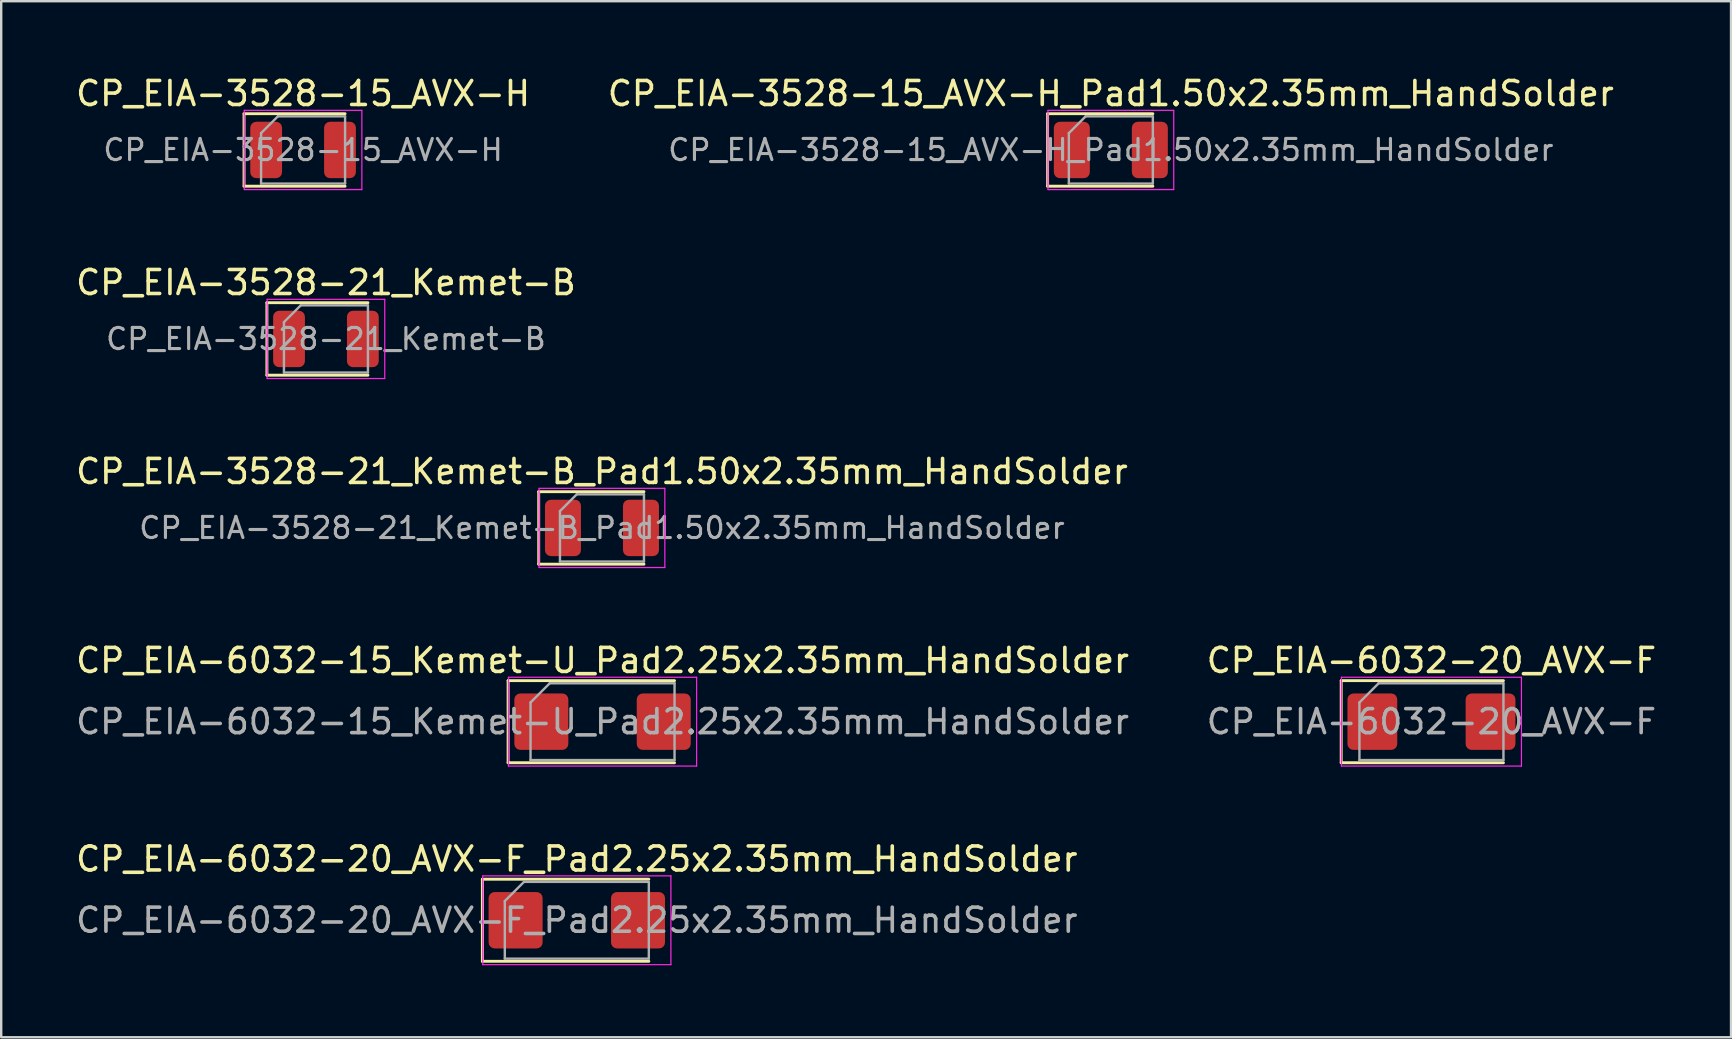
<source format=kicad_pcb>
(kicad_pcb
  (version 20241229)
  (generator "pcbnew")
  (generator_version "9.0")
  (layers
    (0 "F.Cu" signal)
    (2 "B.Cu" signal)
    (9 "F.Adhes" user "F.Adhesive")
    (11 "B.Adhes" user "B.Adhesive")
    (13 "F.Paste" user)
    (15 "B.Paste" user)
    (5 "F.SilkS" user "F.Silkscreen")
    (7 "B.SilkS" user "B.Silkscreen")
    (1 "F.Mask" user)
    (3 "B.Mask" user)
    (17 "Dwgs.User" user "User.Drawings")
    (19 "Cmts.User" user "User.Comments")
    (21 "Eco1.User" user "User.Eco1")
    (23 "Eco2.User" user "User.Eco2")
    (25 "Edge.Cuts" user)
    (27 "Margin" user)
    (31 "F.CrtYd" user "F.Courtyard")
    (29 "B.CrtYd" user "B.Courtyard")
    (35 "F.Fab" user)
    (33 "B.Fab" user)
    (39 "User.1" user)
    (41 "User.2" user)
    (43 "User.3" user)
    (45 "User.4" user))
  (footprint "CP_EIA-6032-20_AVX-F_Pad2.25x2.35mm_HandSolder"
    (layer "F.Cu")
    (at 20.982 35.291)
    (property "Reference" "CP_EIA-6032-20_AVX-F_Pad2.25x2.35mm_HandSolder" (at 0 -2.55 0) (layer "F.SilkS") (effects (font (size 1 1) (thickness 0.15))))
    (attr smd)
    (fp_line (start -3.935 -1.71) (end -3.935 1.71) (stroke (width 0.12) (type solid)) (layer "F.SilkS"))
    (fp_line (start -3.935 1.71) (end 3 1.71) (stroke (width 0.12) (type solid)) (layer "F.SilkS"))
    (fp_line (start 3 -1.71) (end -3.935 -1.71) (stroke (width 0.12) (type solid)) (layer "F.SilkS"))
    (fp_line (start -3.92 -1.85) (end 3.92 -1.85) (stroke (width 0.05) (type solid)) (layer "F.CrtYd"))
    (fp_line (start -3.92 1.85) (end -3.92 -1.85) (stroke (width 0.05) (type solid)) (layer "F.CrtYd"))
    (fp_line (start 3.92 -1.85) (end 3.92 1.85) (stroke (width 0.05) (type solid)) (layer "F.CrtYd"))
    (fp_line (start 3.92 1.85) (end -3.92 1.85) (stroke (width 0.05) (type solid)) (layer "F.CrtYd"))
    (fp_line (start -3 -0.8) (end -3 1.6) (stroke (width 0.1) (type solid)) (layer "F.Fab"))
    (fp_line (start -3 1.6) (end 3 1.6) (stroke (width 0.1) (type solid)) (layer "F.Fab"))
    (fp_line (start -2.2 -1.6) (end -3 -0.8) (stroke (width 0.1) (type solid)) (layer "F.Fab"))
    (fp_line (start 3 -1.6) (end -2.2 -1.6) (stroke (width 0.1) (type solid)) (layer "F.Fab"))
    (fp_line (start 3 1.6) (end 3 -1.6) (stroke (width 0.1) (type solid)) (layer "F.Fab"))
    (fp_text user "${REFERENCE}" (at 0 0 0) (layer "F.Fab") (effects (font (size 1 1) (thickness 0.15))))
    (pad "1" smd roundrect (at -2.55 0) (size 2.25 2.35) (layers "F.Cu" "F.Mask" "F.Paste") (roundrect_rratio 0.111))
    (pad "2" smd roundrect (at 2.55 0) (size 2.25 2.35) (layers "F.Cu" "F.Mask" "F.Paste") (roundrect_rratio 0.111)))
  (footprint "CP_EIA-6032-20_AVX-F"
    (layer "F.Cu")
    (at 56.589 27.018)
    (property "Reference" "CP_EIA-6032-20_AVX-F" (at 0 -2.55 0) (layer "F.SilkS") (effects (font (size 1 1) (thickness 0.15))))
    (attr smd)
    (fp_line (start -3.76 -1.71) (end -3.76 1.71) (stroke (width 0.12) (type solid)) (layer "F.SilkS"))
    (fp_line (start -3.76 1.71) (end 3 1.71) (stroke (width 0.12) (type solid)) (layer "F.SilkS"))
    (fp_line (start 3 -1.71) (end -3.76 -1.71) (stroke (width 0.12) (type solid)) (layer "F.SilkS"))
    (fp_line (start -3.75 -1.85) (end 3.75 -1.85) (stroke (width 0.05) (type solid)) (layer "F.CrtYd"))
    (fp_line (start -3.75 1.85) (end -3.75 -1.85) (stroke (width 0.05) (type solid)) (layer "F.CrtYd"))
    (fp_line (start 3.75 -1.85) (end 3.75 1.85) (stroke (width 0.05) (type solid)) (layer "F.CrtYd"))
    (fp_line (start 3.75 1.85) (end -3.75 1.85) (stroke (width 0.05) (type solid)) (layer "F.CrtYd"))
    (fp_line (start -3 -0.8) (end -3 1.6) (stroke (width 0.1) (type solid)) (layer "F.Fab"))
    (fp_line (start -3 1.6) (end 3 1.6) (stroke (width 0.1) (type solid)) (layer "F.Fab"))
    (fp_line (start -2.2 -1.6) (end -3 -0.8) (stroke (width 0.1) (type solid)) (layer "F.Fab"))
    (fp_line (start 3 -1.6) (end -2.2 -1.6) (stroke (width 0.1) (type solid)) (layer "F.Fab"))
    (fp_line (start 3 1.6) (end 3 -1.6) (stroke (width 0.1) (type solid)) (layer "F.Fab"))
    (fp_text user "${REFERENCE}" (at 0 0 0) (layer "F.Fab") (effects (font (size 1 1) (thickness 0.15))))
    (pad "1" smd roundrect (at -2.462 0) (size 2.075 2.35) (layers "F.Cu" "F.Mask" "F.Paste") (roundrect_rratio 0.12))
    (pad "2" smd roundrect (at 2.462 0) (size 2.075 2.35) (layers "F.Cu" "F.Mask" "F.Paste") (roundrect_rratio 0.12)))
  (footprint "CP_EIA-3528-15_AVX-H"
    (layer "F.Cu")
    (at 9.577 3.198)
    (property "Reference" "CP_EIA-3528-15_AVX-H" (at 0 -2.35 0) (layer "F.SilkS") (effects (font (size 1 1) (thickness 0.15))))
    (attr smd)
    (fp_line (start -2.46 -1.51) (end -2.46 1.51) (stroke (width 0.12) (type solid)) (layer "F.SilkS"))
    (fp_line (start -2.46 1.51) (end 1.75 1.51) (stroke (width 0.12) (type solid)) (layer "F.SilkS"))
    (fp_line (start 1.75 -1.51) (end -2.46 -1.51) (stroke (width 0.12) (type solid)) (layer "F.SilkS"))
    (fp_line (start -2.45 -1.65) (end 2.45 -1.65) (stroke (width 0.05) (type solid)) (layer "F.CrtYd"))
    (fp_line (start -2.45 1.65) (end -2.45 -1.65) (stroke (width 0.05) (type solid)) (layer "F.CrtYd"))
    (fp_line (start 2.45 -1.65) (end 2.45 1.65) (stroke (width 0.05) (type solid)) (layer "F.CrtYd"))
    (fp_line (start 2.45 1.65) (end -2.45 1.65) (stroke (width 0.05) (type solid)) (layer "F.CrtYd"))
    (fp_line (start -1.75 -0.7) (end -1.75 1.4) (stroke (width 0.1) (type solid)) (layer "F.Fab"))
    (fp_line (start -1.75 1.4) (end 1.75 1.4) (stroke (width 0.1) (type solid)) (layer "F.Fab"))
    (fp_line (start -1.05 -1.4) (end -1.75 -0.7) (stroke (width 0.1) (type solid)) (layer "F.Fab"))
    (fp_line (start 1.75 -1.4) (end -1.05 -1.4) (stroke (width 0.1) (type solid)) (layer "F.Fab"))
    (fp_line (start 1.75 1.4) (end 1.75 -1.4) (stroke (width 0.1) (type solid)) (layer "F.Fab"))
    (fp_text user "${REFERENCE}" (at 0 0 0) (layer "F.Fab") (effects (font (size 0.88 0.88) (thickness 0.13))))
    (pad "1" smd roundrect (at -1.538 0) (size 1.325 2.35) (layers "F.Cu" "F.Mask" "F.Paste") (roundrect_rratio 0.189))
    (pad "2" smd roundrect (at 1.538 0) (size 1.325 2.35) (layers "F.Cu" "F.Mask" "F.Paste") (roundrect_rratio 0.189)))
  (footprint "CP_EIA-6032-15_Kemet-U_Pad2.25x2.35mm_HandSolder"
    (layer "F.Cu")
    (at 22.054 27.018)
    (property "Reference" "CP_EIA-6032-15_Kemet-U_Pad2.25x2.35mm_HandSolder" (at 0 -2.55 0) (layer "F.SilkS") (effects (font (size 1 1) (thickness 0.15))))
    (attr smd)
    (fp_line (start -3.935 -1.71) (end -3.935 1.71) (stroke (width 0.12) (type solid)) (layer "F.SilkS"))
    (fp_line (start -3.935 1.71) (end 3 1.71) (stroke (width 0.12) (type solid)) (layer "F.SilkS"))
    (fp_line (start 3 -1.71) (end -3.935 -1.71) (stroke (width 0.12) (type solid)) (layer "F.SilkS"))
    (fp_line (start -3.92 -1.85) (end 3.92 -1.85) (stroke (width 0.05) (type solid)) (layer "F.CrtYd"))
    (fp_line (start -3.92 1.85) (end -3.92 -1.85) (stroke (width 0.05) (type solid)) (layer "F.CrtYd"))
    (fp_line (start 3.92 -1.85) (end 3.92 1.85) (stroke (width 0.05) (type solid)) (layer "F.CrtYd"))
    (fp_line (start 3.92 1.85) (end -3.92 1.85) (stroke (width 0.05) (type solid)) (layer "F.CrtYd"))
    (fp_line (start -3 -0.8) (end -3 1.6) (stroke (width 0.1) (type solid)) (layer "F.Fab"))
    (fp_line (start -3 1.6) (end 3 1.6) (stroke (width 0.1) (type solid)) (layer "F.Fab"))
    (fp_line (start -2.2 -1.6) (end -3 -0.8) (stroke (width 0.1) (type solid)) (layer "F.Fab"))
    (fp_line (start 3 -1.6) (end -2.2 -1.6) (stroke (width 0.1) (type solid)) (layer "F.Fab"))
    (fp_line (start 3 1.6) (end 3 -1.6) (stroke (width 0.1) (type solid)) (layer "F.Fab"))
    (fp_text user "${REFERENCE}" (at 0 0 0) (layer "F.Fab") (effects (font (size 1 1) (thickness 0.15))))
    (pad "1" smd roundrect (at -2.55 0) (size 2.25 2.35) (layers "F.Cu" "F.Mask" "F.Paste") (roundrect_rratio 0.111))
    (pad "2" smd roundrect (at 2.55 0) (size 2.25 2.35) (layers "F.Cu" "F.Mask" "F.Paste") (roundrect_rratio 0.111)))
  (footprint "CP_EIA-3528-21_Kemet-B_Pad1.50x2.35mm_HandSolder"
    (layer "F.Cu")
    (at 22.03 18.945)
    (property "Reference" "CP_EIA-3528-21_Kemet-B_Pad1.50x2.35mm_HandSolder" (at 0 -2.35 0) (layer "F.SilkS") (effects (font (size 1 1) (thickness 0.15))))
    (attr smd)
    (fp_line (start -2.635 -1.51) (end -2.635 1.51) (stroke (width 0.12) (type solid)) (layer "F.SilkS"))
    (fp_line (start -2.635 1.51) (end 1.75 1.51) (stroke (width 0.12) (type solid)) (layer "F.SilkS"))
    (fp_line (start 1.75 -1.51) (end -2.635 -1.51) (stroke (width 0.12) (type solid)) (layer "F.SilkS"))
    (fp_line (start -2.62 -1.65) (end 2.62 -1.65) (stroke (width 0.05) (type solid)) (layer "F.CrtYd"))
    (fp_line (start -2.62 1.65) (end -2.62 -1.65) (stroke (width 0.05) (type solid)) (layer "F.CrtYd"))
    (fp_line (start 2.62 -1.65) (end 2.62 1.65) (stroke (width 0.05) (type solid)) (layer "F.CrtYd"))
    (fp_line (start 2.62 1.65) (end -2.62 1.65) (stroke (width 0.05) (type solid)) (layer "F.CrtYd"))
    (fp_line (start -1.75 -0.7) (end -1.75 1.4) (stroke (width 0.1) (type solid)) (layer "F.Fab"))
    (fp_line (start -1.75 1.4) (end 1.75 1.4) (stroke (width 0.1) (type solid)) (layer "F.Fab"))
    (fp_line (start -1.05 -1.4) (end -1.75 -0.7) (stroke (width 0.1) (type solid)) (layer "F.Fab"))
    (fp_line (start 1.75 -1.4) (end -1.05 -1.4) (stroke (width 0.1) (type solid)) (layer "F.Fab"))
    (fp_line (start 1.75 1.4) (end 1.75 -1.4) (stroke (width 0.1) (type solid)) (layer "F.Fab"))
    (fp_text user "${REFERENCE}" (at 0 0 0) (layer "F.Fab") (effects (font (size 0.88 0.88) (thickness 0.13))))
    (pad "1" smd roundrect (at -1.625 0) (size 1.5 2.35) (layers "F.Cu" "F.Mask" "F.Paste") (roundrect_rratio 0.167))
    (pad "2" smd roundrect (at 1.625 0) (size 1.5 2.35) (layers "F.Cu" "F.Mask" "F.Paste") (roundrect_rratio 0.167)))
  (footprint "CP_EIA-3528-21_Kemet-B"
    (layer "F.Cu")
    (at 10.53 11.072)
    (property "Reference" "CP_EIA-3528-21_Kemet-B" (at 0 -2.35 0) (layer "F.SilkS") (effects (font (size 1 1) (thickness 0.15))))
    (attr smd)
    (fp_line (start -2.46 -1.51) (end -2.46 1.51) (stroke (width 0.12) (type solid)) (layer "F.SilkS"))
    (fp_line (start -2.46 1.51) (end 1.75 1.51) (stroke (width 0.12) (type solid)) (layer "F.SilkS"))
    (fp_line (start 1.75 -1.51) (end -2.46 -1.51) (stroke (width 0.12) (type solid)) (layer "F.SilkS"))
    (fp_line (start -2.45 -1.65) (end 2.45 -1.65) (stroke (width 0.05) (type solid)) (layer "F.CrtYd"))
    (fp_line (start -2.45 1.65) (end -2.45 -1.65) (stroke (width 0.05) (type solid)) (layer "F.CrtYd"))
    (fp_line (start 2.45 -1.65) (end 2.45 1.65) (stroke (width 0.05) (type solid)) (layer "F.CrtYd"))
    (fp_line (start 2.45 1.65) (end -2.45 1.65) (stroke (width 0.05) (type solid)) (layer "F.CrtYd"))
    (fp_line (start -1.75 -0.7) (end -1.75 1.4) (stroke (width 0.1) (type solid)) (layer "F.Fab"))
    (fp_line (start -1.75 1.4) (end 1.75 1.4) (stroke (width 0.1) (type solid)) (layer "F.Fab"))
    (fp_line (start -1.05 -1.4) (end -1.75 -0.7) (stroke (width 0.1) (type solid)) (layer "F.Fab"))
    (fp_line (start 1.75 -1.4) (end -1.05 -1.4) (stroke (width 0.1) (type solid)) (layer "F.Fab"))
    (fp_line (start 1.75 1.4) (end 1.75 -1.4) (stroke (width 0.1) (type solid)) (layer "F.Fab"))
    (fp_text user "${REFERENCE}" (at 0 0 0) (layer "F.Fab") (effects (font (size 0.88 0.88) (thickness 0.13))))
    (pad "1" smd roundrect (at -1.538 0) (size 1.325 2.35) (layers "F.Cu" "F.Mask" "F.Paste") (roundrect_rratio 0.189))
    (pad "2" smd roundrect (at 1.538 0) (size 1.325 2.35) (layers "F.Cu" "F.Mask" "F.Paste") (roundrect_rratio 0.189)))
  (footprint "CP_EIA-3528-15_AVX-H_Pad1.50x2.35mm_HandSolder"
    (layer "F.Cu")
    (at 43.232 3.198)
    (property "Reference" "CP_EIA-3528-15_AVX-H_Pad1.50x2.35mm_HandSolder" (at 0 -2.35 0) (layer "F.SilkS") (effects (font (size 1 1) (thickness 0.15))))
    (attr smd)
    (fp_line (start -2.635 -1.51) (end -2.635 1.51) (stroke (width 0.12) (type solid)) (layer "F.SilkS"))
    (fp_line (start -2.635 1.51) (end 1.75 1.51) (stroke (width 0.12) (type solid)) (layer "F.SilkS"))
    (fp_line (start 1.75 -1.51) (end -2.635 -1.51) (stroke (width 0.12) (type solid)) (layer "F.SilkS"))
    (fp_line (start -2.62 -1.65) (end 2.62 -1.65) (stroke (width 0.05) (type solid)) (layer "F.CrtYd"))
    (fp_line (start -2.62 1.65) (end -2.62 -1.65) (stroke (width 0.05) (type solid)) (layer "F.CrtYd"))
    (fp_line (start 2.62 -1.65) (end 2.62 1.65) (stroke (width 0.05) (type solid)) (layer "F.CrtYd"))
    (fp_line (start 2.62 1.65) (end -2.62 1.65) (stroke (width 0.05) (type solid)) (layer "F.CrtYd"))
    (fp_line (start -1.75 -0.7) (end -1.75 1.4) (stroke (width 0.1) (type solid)) (layer "F.Fab"))
    (fp_line (start -1.75 1.4) (end 1.75 1.4) (stroke (width 0.1) (type solid)) (layer "F.Fab"))
    (fp_line (start -1.05 -1.4) (end -1.75 -0.7) (stroke (width 0.1) (type solid)) (layer "F.Fab"))
    (fp_line (start 1.75 -1.4) (end -1.05 -1.4) (stroke (width 0.1) (type solid)) (layer "F.Fab"))
    (fp_line (start 1.75 1.4) (end 1.75 -1.4) (stroke (width 0.1) (type solid)) (layer "F.Fab"))
    (fp_text user "${REFERENCE}" (at 0 0 0) (layer "F.Fab") (effects (font (size 0.88 0.88) (thickness 0.13))))
    (pad "1" smd roundrect (at -1.625 0) (size 1.5 2.35) (layers "F.Cu" "F.Mask" "F.Paste") (roundrect_rratio 0.167))
    (pad "2" smd roundrect (at 1.625 0) (size 1.5 2.35) (layers "F.Cu" "F.Mask" "F.Paste") (roundrect_rratio 0.167)))
  (gr_rect
    (start -3 -3)
    (end 69.071 40.166)
    (stroke (width 0.1) (type default))
    (fill no)
    (layer "Edge.Cuts")))
</source>
